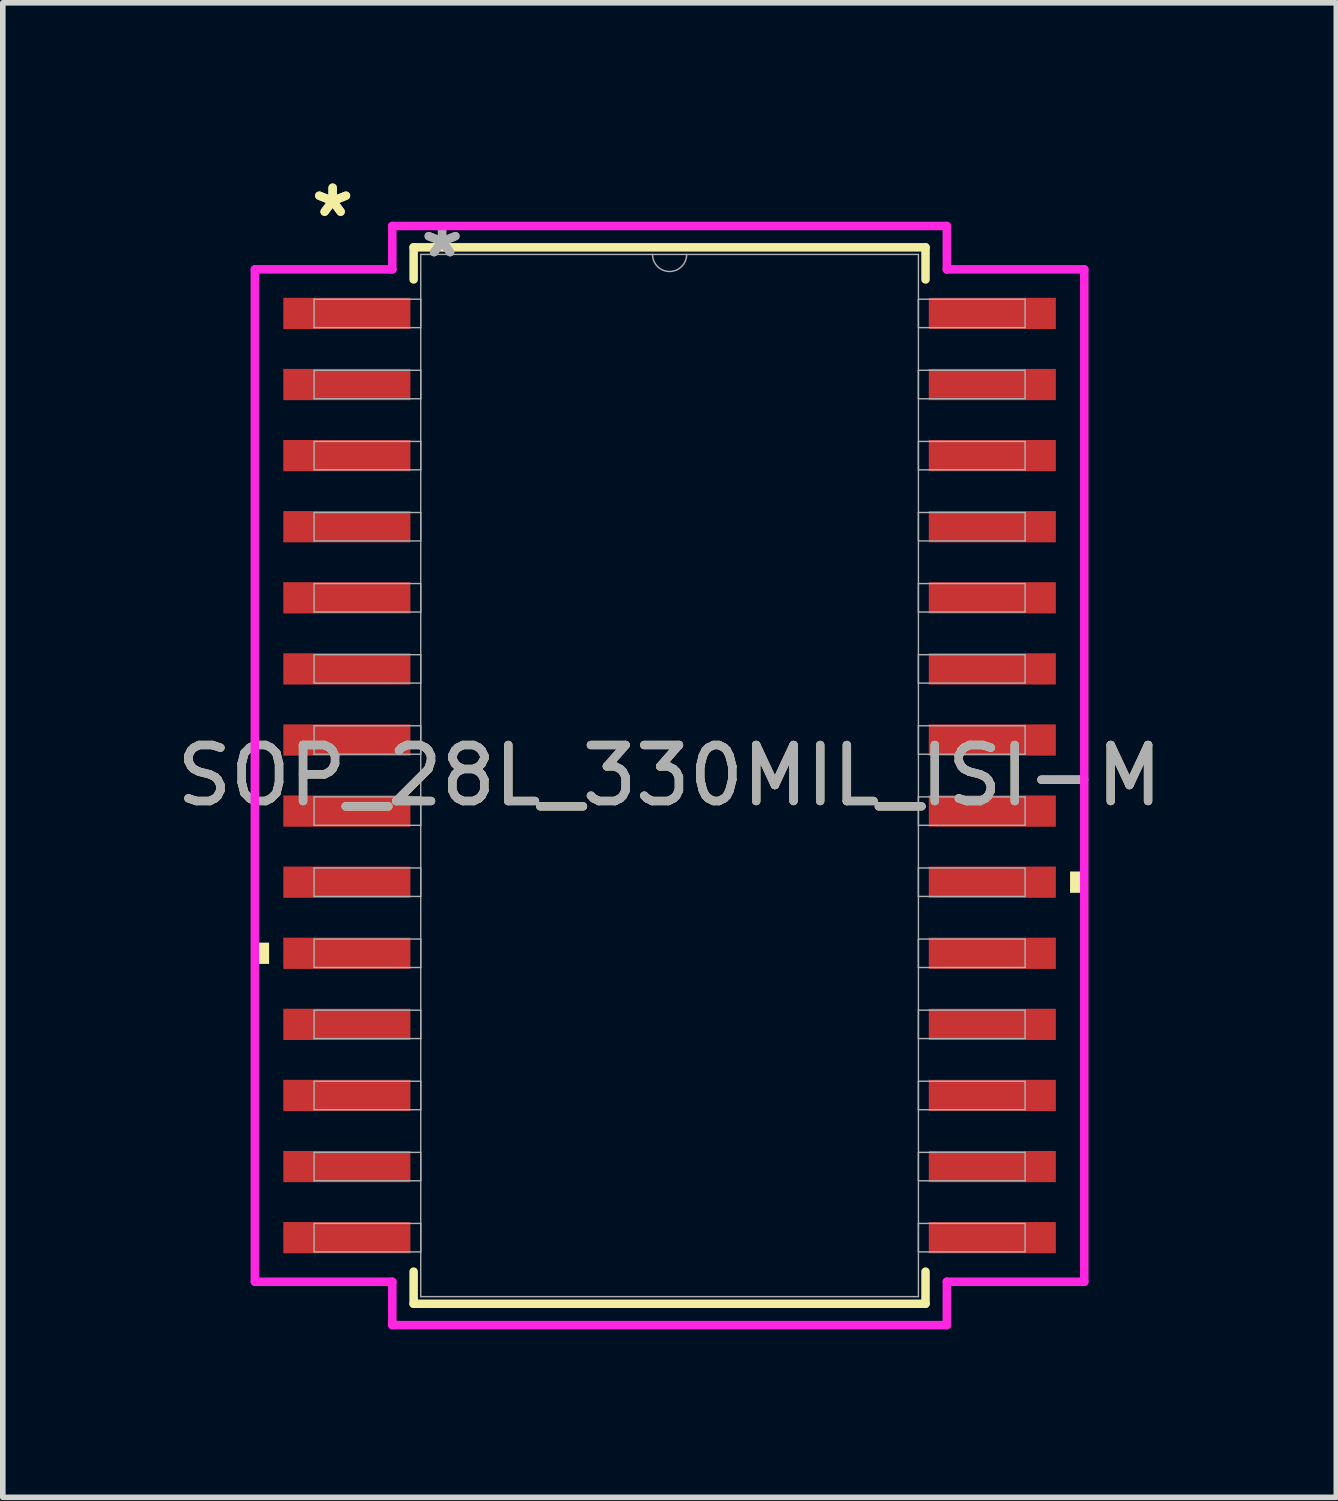
<source format=kicad_pcb>
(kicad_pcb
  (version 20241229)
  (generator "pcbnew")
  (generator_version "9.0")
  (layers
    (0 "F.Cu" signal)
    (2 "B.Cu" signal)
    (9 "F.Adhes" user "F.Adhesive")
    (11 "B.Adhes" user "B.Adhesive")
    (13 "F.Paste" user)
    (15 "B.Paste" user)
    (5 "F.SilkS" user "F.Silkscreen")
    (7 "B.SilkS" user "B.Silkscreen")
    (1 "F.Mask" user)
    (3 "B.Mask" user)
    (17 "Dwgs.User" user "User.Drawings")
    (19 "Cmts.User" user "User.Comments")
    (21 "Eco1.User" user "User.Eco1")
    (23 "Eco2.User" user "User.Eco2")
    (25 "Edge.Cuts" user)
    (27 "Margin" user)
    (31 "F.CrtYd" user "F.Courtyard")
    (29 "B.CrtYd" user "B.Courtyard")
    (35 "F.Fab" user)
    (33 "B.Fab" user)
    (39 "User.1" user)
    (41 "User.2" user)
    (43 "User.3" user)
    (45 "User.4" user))
  (footprint "SOP_28L_330MIL_ISI-M"
    (layer "F.Cu")
    (at 8.911 10.804)
    (property "Reference" "SOP_28L_330MIL_ISI-M" (at 0 0 0) (unlocked yes) (layer "F.SilkS") (effects (font (size 1 1) (thickness 0.15))))
    (attr smd)
    (fp_line (start -4.572 -9.436) (end -4.572 -8.862) (stroke (width 0.152) (type solid)) (layer "F.SilkS"))
    (fp_line (start -4.572 8.862) (end -4.572 9.436) (stroke (width 0.152) (type solid)) (layer "F.SilkS"))
    (fp_line (start -4.572 9.436) (end 4.572 9.436) (stroke (width 0.152) (type solid)) (layer "F.SilkS"))
    (fp_line (start 4.572 -9.436) (end -4.572 -9.436) (stroke (width 0.152) (type solid)) (layer "F.SilkS"))
    (fp_line (start 4.572 -8.862) (end 4.572 -9.436) (stroke (width 0.152) (type solid)) (layer "F.SilkS"))
    (fp_line (start 4.572 9.436) (end 4.572 8.862) (stroke (width 0.152) (type solid)) (layer "F.SilkS"))
    (fp_poly (pts (xy -7.408 2.985) (xy -7.408 3.365) (xy -7.154 3.365) (xy -7.154 2.985)) (stroke (width 0) (type solid)) (fill yes) (layer "F.SilkS"))
    (fp_poly (pts (xy 7.408 1.714) (xy 7.408 2.095) (xy 7.154 2.095) (xy 7.154 1.714)) (stroke (width 0) (type solid)) (fill yes) (layer "F.SilkS"))
    (fp_line (start -7.408 -9.042) (end -4.953 -9.042) (stroke (width 0.152) (type solid)) (layer "F.CrtYd"))
    (fp_line (start -7.408 9.042) (end -7.408 -9.042) (stroke (width 0.152) (type solid)) (layer "F.CrtYd"))
    (fp_line (start -7.408 9.042) (end -4.953 9.042) (stroke (width 0.152) (type solid)) (layer "F.CrtYd"))
    (fp_line (start -4.953 -9.817) (end 4.953 -9.817) (stroke (width 0.152) (type solid)) (layer "F.CrtYd"))
    (fp_line (start -4.953 -9.042) (end -4.953 -9.817) (stroke (width 0.152) (type solid)) (layer "F.CrtYd"))
    (fp_line (start -4.953 9.817) (end -4.953 9.042) (stroke (width 0.152) (type solid)) (layer "F.CrtYd"))
    (fp_line (start 4.953 -9.817) (end 4.953 -9.042) (stroke (width 0.152) (type solid)) (layer "F.CrtYd"))
    (fp_line (start 4.953 9.042) (end 4.953 9.817) (stroke (width 0.152) (type solid)) (layer "F.CrtYd"))
    (fp_line (start 4.953 9.817) (end -4.953 9.817) (stroke (width 0.152) (type solid)) (layer "F.CrtYd"))
    (fp_line (start 7.408 -9.042) (end 4.953 -9.042) (stroke (width 0.152) (type solid)) (layer "F.CrtYd"))
    (fp_line (start 7.408 -9.042) (end 7.408 9.042) (stroke (width 0.152) (type solid)) (layer "F.CrtYd"))
    (fp_line (start 7.408 9.042) (end 4.953 9.042) (stroke (width 0.152) (type solid)) (layer "F.CrtYd"))
    (fp_line (start -6.35 -8.509) (end -6.35 -8.001) (stroke (width 0.025) (type solid)) (layer "F.Fab"))
    (fp_line (start -6.35 -8.001) (end -4.445 -8.001) (stroke (width 0.025) (type solid)) (layer "F.Fab"))
    (fp_line (start -6.35 -7.239) (end -6.35 -6.731) (stroke (width 0.025) (type solid)) (layer "F.Fab"))
    (fp_line (start -6.35 -6.731) (end -4.445 -6.731) (stroke (width 0.025) (type solid)) (layer "F.Fab"))
    (fp_line (start -6.35 -5.969) (end -6.35 -5.461) (stroke (width 0.025) (type solid)) (layer "F.Fab"))
    (fp_line (start -6.35 -5.461) (end -4.445 -5.461) (stroke (width 0.025) (type solid)) (layer "F.Fab"))
    (fp_line (start -6.35 -4.699) (end -6.35 -4.191) (stroke (width 0.025) (type solid)) (layer "F.Fab"))
    (fp_line (start -6.35 -4.191) (end -4.445 -4.191) (stroke (width 0.025) (type solid)) (layer "F.Fab"))
    (fp_line (start -6.35 -3.429) (end -6.35 -2.921) (stroke (width 0.025) (type solid)) (layer "F.Fab"))
    (fp_line (start -6.35 -2.921) (end -4.445 -2.921) (stroke (width 0.025) (type solid)) (layer "F.Fab"))
    (fp_line (start -6.35 -2.159) (end -6.35 -1.651) (stroke (width 0.025) (type solid)) (layer "F.Fab"))
    (fp_line (start -6.35 -1.651) (end -4.445 -1.651) (stroke (width 0.025) (type solid)) (layer "F.Fab"))
    (fp_line (start -6.35 -0.889) (end -6.35 -0.381) (stroke (width 0.025) (type solid)) (layer "F.Fab"))
    (fp_line (start -6.35 -0.381) (end -4.445 -0.381) (stroke (width 0.025) (type solid)) (layer "F.Fab"))
    (fp_line (start -6.35 0.381) (end -6.35 0.889) (stroke (width 0.025) (type solid)) (layer "F.Fab"))
    (fp_line (start -6.35 0.889) (end -4.445 0.889) (stroke (width 0.025) (type solid)) (layer "F.Fab"))
    (fp_line (start -6.35 1.651) (end -6.35 2.159) (stroke (width 0.025) (type solid)) (layer "F.Fab"))
    (fp_line (start -6.35 2.159) (end -4.445 2.159) (stroke (width 0.025) (type solid)) (layer "F.Fab"))
    (fp_line (start -6.35 2.921) (end -6.35 3.429) (stroke (width 0.025) (type solid)) (layer "F.Fab"))
    (fp_line (start -6.35 3.429) (end -4.445 3.429) (stroke (width 0.025) (type solid)) (layer "F.Fab"))
    (fp_line (start -6.35 4.191) (end -6.35 4.699) (stroke (width 0.025) (type solid)) (layer "F.Fab"))
    (fp_line (start -6.35 4.699) (end -4.445 4.699) (stroke (width 0.025) (type solid)) (layer "F.Fab"))
    (fp_line (start -6.35 5.461) (end -6.35 5.969) (stroke (width 0.025) (type solid)) (layer "F.Fab"))
    (fp_line (start -6.35 5.969) (end -4.445 5.969) (stroke (width 0.025) (type solid)) (layer "F.Fab"))
    (fp_line (start -6.35 6.731) (end -6.35 7.239) (stroke (width 0.025) (type solid)) (layer "F.Fab"))
    (fp_line (start -6.35 7.239) (end -4.445 7.239) (stroke (width 0.025) (type solid)) (layer "F.Fab"))
    (fp_line (start -6.35 8.001) (end -6.35 8.509) (stroke (width 0.025) (type solid)) (layer "F.Fab"))
    (fp_line (start -6.35 8.509) (end -4.445 8.509) (stroke (width 0.025) (type solid)) (layer "F.Fab"))
    (fp_line (start -4.445 -9.309) (end -4.445 9.309) (stroke (width 0.025) (type solid)) (layer "F.Fab"))
    (fp_line (start -4.445 -8.509) (end -6.35 -8.509) (stroke (width 0.025) (type solid)) (layer "F.Fab"))
    (fp_line (start -4.445 -8.001) (end -4.445 -8.509) (stroke (width 0.025) (type solid)) (layer "F.Fab"))
    (fp_line (start -4.445 -7.239) (end -6.35 -7.239) (stroke (width 0.025) (type solid)) (layer "F.Fab"))
    (fp_line (start -4.445 -6.731) (end -4.445 -7.239) (stroke (width 0.025) (type solid)) (layer "F.Fab"))
    (fp_line (start -4.445 -5.969) (end -6.35 -5.969) (stroke (width 0.025) (type solid)) (layer "F.Fab"))
    (fp_line (start -4.445 -5.461) (end -4.445 -5.969) (stroke (width 0.025) (type solid)) (layer "F.Fab"))
    (fp_line (start -4.445 -4.699) (end -6.35 -4.699) (stroke (width 0.025) (type solid)) (layer "F.Fab"))
    (fp_line (start -4.445 -4.191) (end -4.445 -4.699) (stroke (width 0.025) (type solid)) (layer "F.Fab"))
    (fp_line (start -4.445 -3.429) (end -6.35 -3.429) (stroke (width 0.025) (type solid)) (layer "F.Fab"))
    (fp_line (start -4.445 -2.921) (end -4.445 -3.429) (stroke (width 0.025) (type solid)) (layer "F.Fab"))
    (fp_line (start -4.445 -2.159) (end -6.35 -2.159) (stroke (width 0.025) (type solid)) (layer "F.Fab"))
    (fp_line (start -4.445 -1.651) (end -4.445 -2.159) (stroke (width 0.025) (type solid)) (layer "F.Fab"))
    (fp_line (start -4.445 -0.889) (end -6.35 -0.889) (stroke (width 0.025) (type solid)) (layer "F.Fab"))
    (fp_line (start -4.445 -0.381) (end -4.445 -0.889) (stroke (width 0.025) (type solid)) (layer "F.Fab"))
    (fp_line (start -4.445 0.381) (end -6.35 0.381) (stroke (width 0.025) (type solid)) (layer "F.Fab"))
    (fp_line (start -4.445 0.889) (end -4.445 0.381) (stroke (width 0.025) (type solid)) (layer "F.Fab"))
    (fp_line (start -4.445 1.651) (end -6.35 1.651) (stroke (width 0.025) (type solid)) (layer "F.Fab"))
    (fp_line (start -4.445 2.159) (end -4.445 1.651) (stroke (width 0.025) (type solid)) (layer "F.Fab"))
    (fp_line (start -4.445 2.921) (end -6.35 2.921) (stroke (width 0.025) (type solid)) (layer "F.Fab"))
    (fp_line (start -4.445 3.429) (end -4.445 2.921) (stroke (width 0.025) (type solid)) (layer "F.Fab"))
    (fp_line (start -4.445 4.191) (end -6.35 4.191) (stroke (width 0.025) (type solid)) (layer "F.Fab"))
    (fp_line (start -4.445 4.699) (end -4.445 4.191) (stroke (width 0.025) (type solid)) (layer "F.Fab"))
    (fp_line (start -4.445 5.461) (end -6.35 5.461) (stroke (width 0.025) (type solid)) (layer "F.Fab"))
    (fp_line (start -4.445 5.969) (end -4.445 5.461) (stroke (width 0.025) (type solid)) (layer "F.Fab"))
    (fp_line (start -4.445 6.731) (end -6.35 6.731) (stroke (width 0.025) (type solid)) (layer "F.Fab"))
    (fp_line (start -4.445 7.239) (end -4.445 6.731) (stroke (width 0.025) (type solid)) (layer "F.Fab"))
    (fp_line (start -4.445 8.001) (end -6.35 8.001) (stroke (width 0.025) (type solid)) (layer "F.Fab"))
    (fp_line (start -4.445 8.509) (end -4.445 8.001) (stroke (width 0.025) (type solid)) (layer "F.Fab"))
    (fp_line (start -4.445 9.309) (end 4.445 9.309) (stroke (width 0.025) (type solid)) (layer "F.Fab"))
    (fp_line (start 4.445 -9.309) (end -4.445 -9.309) (stroke (width 0.025) (type solid)) (layer "F.Fab"))
    (fp_line (start 4.445 -8.509) (end 4.445 -8.001) (stroke (width 0.025) (type solid)) (layer "F.Fab"))
    (fp_line (start 4.445 -8.001) (end 6.35 -8.001) (stroke (width 0.025) (type solid)) (layer "F.Fab"))
    (fp_line (start 4.445 -7.239) (end 4.445 -6.731) (stroke (width 0.025) (type solid)) (layer "F.Fab"))
    (fp_line (start 4.445 -6.731) (end 6.35 -6.731) (stroke (width 0.025) (type solid)) (layer "F.Fab"))
    (fp_line (start 4.445 -5.969) (end 4.445 -5.461) (stroke (width 0.025) (type solid)) (layer "F.Fab"))
    (fp_line (start 4.445 -5.461) (end 6.35 -5.461) (stroke (width 0.025) (type solid)) (layer "F.Fab"))
    (fp_line (start 4.445 -4.699) (end 4.445 -4.191) (stroke (width 0.025) (type solid)) (layer "F.Fab"))
    (fp_line (start 4.445 -4.191) (end 6.35 -4.191) (stroke (width 0.025) (type solid)) (layer "F.Fab"))
    (fp_line (start 4.445 -3.429) (end 4.445 -2.921) (stroke (width 0.025) (type solid)) (layer "F.Fab"))
    (fp_line (start 4.445 -2.921) (end 6.35 -2.921) (stroke (width 0.025) (type solid)) (layer "F.Fab"))
    (fp_line (start 4.445 -2.159) (end 4.445 -1.651) (stroke (width 0.025) (type solid)) (layer "F.Fab"))
    (fp_line (start 4.445 -1.651) (end 6.35 -1.651) (stroke (width 0.025) (type solid)) (layer "F.Fab"))
    (fp_line (start 4.445 -0.889) (end 4.445 -0.381) (stroke (width 0.025) (type solid)) (layer "F.Fab"))
    (fp_line (start 4.445 -0.381) (end 6.35 -0.381) (stroke (width 0.025) (type solid)) (layer "F.Fab"))
    (fp_line (start 4.445 0.381) (end 4.445 0.889) (stroke (width 0.025) (type solid)) (layer "F.Fab"))
    (fp_line (start 4.445 0.889) (end 6.35 0.889) (stroke (width 0.025) (type solid)) (layer "F.Fab"))
    (fp_line (start 4.445 1.651) (end 4.445 2.159) (stroke (width 0.025) (type solid)) (layer "F.Fab"))
    (fp_line (start 4.445 2.159) (end 6.35 2.159) (stroke (width 0.025) (type solid)) (layer "F.Fab"))
    (fp_line (start 4.445 2.921) (end 4.445 3.429) (stroke (width 0.025) (type solid)) (layer "F.Fab"))
    (fp_line (start 4.445 3.429) (end 6.35 3.429) (stroke (width 0.025) (type solid)) (layer "F.Fab"))
    (fp_line (start 4.445 4.191) (end 4.445 4.699) (stroke (width 0.025) (type solid)) (layer "F.Fab"))
    (fp_line (start 4.445 4.699) (end 6.35 4.699) (stroke (width 0.025) (type solid)) (layer "F.Fab"))
    (fp_line (start 4.445 5.461) (end 4.445 5.969) (stroke (width 0.025) (type solid)) (layer "F.Fab"))
    (fp_line (start 4.445 5.969) (end 6.35 5.969) (stroke (width 0.025) (type solid)) (layer "F.Fab"))
    (fp_line (start 4.445 6.731) (end 4.445 7.239) (stroke (width 0.025) (type solid)) (layer "F.Fab"))
    (fp_line (start 4.445 7.239) (end 6.35 7.239) (stroke (width 0.025) (type solid)) (layer "F.Fab"))
    (fp_line (start 4.445 8.001) (end 4.445 8.509) (stroke (width 0.025) (type solid)) (layer "F.Fab"))
    (fp_line (start 4.445 8.509) (end 6.35 8.509) (stroke (width 0.025) (type solid)) (layer "F.Fab"))
    (fp_line (start 4.445 9.309) (end 4.445 -9.309) (stroke (width 0.025) (type solid)) (layer "F.Fab"))
    (fp_line (start 6.35 -8.509) (end 4.445 -8.509) (stroke (width 0.025) (type solid)) (layer "F.Fab"))
    (fp_line (start 6.35 -8.001) (end 6.35 -8.509) (stroke (width 0.025) (type solid)) (layer "F.Fab"))
    (fp_line (start 6.35 -7.239) (end 4.445 -7.239) (stroke (width 0.025) (type solid)) (layer "F.Fab"))
    (fp_line (start 6.35 -6.731) (end 6.35 -7.239) (stroke (width 0.025) (type solid)) (layer "F.Fab"))
    (fp_line (start 6.35 -5.969) (end 4.445 -5.969) (stroke (width 0.025) (type solid)) (layer "F.Fab"))
    (fp_line (start 6.35 -5.461) (end 6.35 -5.969) (stroke (width 0.025) (type solid)) (layer "F.Fab"))
    (fp_line (start 6.35 -4.699) (end 4.445 -4.699) (stroke (width 0.025) (type solid)) (layer "F.Fab"))
    (fp_line (start 6.35 -4.191) (end 6.35 -4.699) (stroke (width 0.025) (type solid)) (layer "F.Fab"))
    (fp_line (start 6.35 -3.429) (end 4.445 -3.429) (stroke (width 0.025) (type solid)) (layer "F.Fab"))
    (fp_line (start 6.35 -2.921) (end 6.35 -3.429) (stroke (width 0.025) (type solid)) (layer "F.Fab"))
    (fp_line (start 6.35 -2.159) (end 4.445 -2.159) (stroke (width 0.025) (type solid)) (layer "F.Fab"))
    (fp_line (start 6.35 -1.651) (end 6.35 -2.159) (stroke (width 0.025) (type solid)) (layer "F.Fab"))
    (fp_line (start 6.35 -0.889) (end 4.445 -0.889) (stroke (width 0.025) (type solid)) (layer "F.Fab"))
    (fp_line (start 6.35 -0.381) (end 6.35 -0.889) (stroke (width 0.025) (type solid)) (layer "F.Fab"))
    (fp_line (start 6.35 0.381) (end 4.445 0.381) (stroke (width 0.025) (type solid)) (layer "F.Fab"))
    (fp_line (start 6.35 0.889) (end 6.35 0.381) (stroke (width 0.025) (type solid)) (layer "F.Fab"))
    (fp_line (start 6.35 1.651) (end 4.445 1.651) (stroke (width 0.025) (type solid)) (layer "F.Fab"))
    (fp_line (start 6.35 2.159) (end 6.35 1.651) (stroke (width 0.025) (type solid)) (layer "F.Fab"))
    (fp_line (start 6.35 2.921) (end 4.445 2.921) (stroke (width 0.025) (type solid)) (layer "F.Fab"))
    (fp_line (start 6.35 3.429) (end 6.35 2.921) (stroke (width 0.025) (type solid)) (layer "F.Fab"))
    (fp_line (start 6.35 4.191) (end 4.445 4.191) (stroke (width 0.025) (type solid)) (layer "F.Fab"))
    (fp_line (start 6.35 4.699) (end 6.35 4.191) (stroke (width 0.025) (type solid)) (layer "F.Fab"))
    (fp_line (start 6.35 5.461) (end 4.445 5.461) (stroke (width 0.025) (type solid)) (layer "F.Fab"))
    (fp_line (start 6.35 5.969) (end 6.35 5.461) (stroke (width 0.025) (type solid)) (layer "F.Fab"))
    (fp_line (start 6.35 6.731) (end 4.445 6.731) (stroke (width 0.025) (type solid)) (layer "F.Fab"))
    (fp_line (start 6.35 7.239) (end 6.35 6.731) (stroke (width 0.025) (type solid)) (layer "F.Fab"))
    (fp_line (start 6.35 8.001) (end 4.445 8.001) (stroke (width 0.025) (type solid)) (layer "F.Fab"))
    (fp_line (start 6.35 8.509) (end 6.35 8.001) (stroke (width 0.025) (type solid)) (layer "F.Fab"))
    (fp_arc (start 0.3048 -9.3091) (mid 0 -9.0043) (end -0.3048 -9.3091) (stroke (width 0.0254) (type solid)) (layer "F.Fab"))
    (fp_text user "*" (at -6.019 -9.956 0) (layer "F.SilkS") (effects (font (size 1 1) (thickness 0.15))))
    (fp_text user "*" (at -6.019 -9.956 0) (unlocked yes) (layer "F.SilkS") (effects (font (size 1 1) (thickness 0.15))))
    (fp_text user "${REFERENCE}" (at 0 0 0) (unlocked yes) (layer "F.Fab") (effects (font (size 1 1) (thickness 0.15))))
    (fp_text user "*" (at -4.064 -9.233 0) (layer "F.Fab") (effects (font (size 1 1) (thickness 0.15))))
    (fp_text user "*" (at -4.064 -9.233 0) (unlocked yes) (layer "F.Fab") (effects (font (size 1 1) (thickness 0.15))))
    (pad "1" smd rect (at -5.765 -8.255) (size 2.27 0.558) (layers "F.Cu" "F.Mask" "F.Paste"))
    (pad "2" smd rect (at -5.765 -6.985) (size 2.27 0.558) (layers "F.Cu" "F.Mask" "F.Paste"))
    (pad "3" smd rect (at -5.765 -5.715) (size 2.27 0.558) (layers "F.Cu" "F.Mask" "F.Paste"))
    (pad "4" smd rect (at -5.765 -4.445) (size 2.27 0.558) (layers "F.Cu" "F.Mask" "F.Paste"))
    (pad "5" smd rect (at -5.765 -3.175) (size 2.27 0.558) (layers "F.Cu" "F.Mask" "F.Paste"))
    (pad "6" smd rect (at -5.765 -1.905) (size 2.27 0.558) (layers "F.Cu" "F.Mask" "F.Paste"))
    (pad "7" smd rect (at -5.765 -0.635) (size 2.27 0.558) (layers "F.Cu" "F.Mask" "F.Paste"))
    (pad "8" smd rect (at -5.765 0.635) (size 2.27 0.558) (layers "F.Cu" "F.Mask" "F.Paste"))
    (pad "9" smd rect (at -5.765 1.905) (size 2.27 0.558) (layers "F.Cu" "F.Mask" "F.Paste"))
    (pad "10" smd rect (at -5.765 3.175) (size 2.27 0.558) (layers "F.Cu" "F.Mask" "F.Paste"))
    (pad "11" smd rect (at -5.765 4.445) (size 2.27 0.558) (layers "F.Cu" "F.Mask" "F.Paste"))
    (pad "12" smd rect (at -5.765 5.715) (size 2.27 0.558) (layers "F.Cu" "F.Mask" "F.Paste"))
    (pad "13" smd rect (at -5.765 6.985) (size 2.27 0.558) (layers "F.Cu" "F.Mask" "F.Paste"))
    (pad "14" smd rect (at -5.765 8.255) (size 2.27 0.558) (layers "F.Cu" "F.Mask" "F.Paste"))
    (pad "15" smd rect (at 5.765 8.255) (size 2.27 0.558) (layers "F.Cu" "F.Mask" "F.Paste"))
    (pad "16" smd rect (at 5.765 6.985) (size 2.27 0.558) (layers "F.Cu" "F.Mask" "F.Paste"))
    (pad "17" smd rect (at 5.765 5.715) (size 2.27 0.558) (layers "F.Cu" "F.Mask" "F.Paste"))
    (pad "18" smd rect (at 5.765 4.445) (size 2.27 0.558) (layers "F.Cu" "F.Mask" "F.Paste"))
    (pad "19" smd rect (at 5.765 3.175) (size 2.27 0.558) (layers "F.Cu" "F.Mask" "F.Paste"))
    (pad "20" smd rect (at 5.765 1.905) (size 2.27 0.558) (layers "F.Cu" "F.Mask" "F.Paste"))
    (pad "21" smd rect (at 5.765 0.635) (size 2.27 0.558) (layers "F.Cu" "F.Mask" "F.Paste"))
    (pad "22" smd rect (at 5.765 -0.635) (size 2.27 0.558) (layers "F.Cu" "F.Mask" "F.Paste"))
    (pad "23" smd rect (at 5.765 -1.905) (size 2.27 0.558) (layers "F.Cu" "F.Mask" "F.Paste"))
    (pad "24" smd rect (at 5.765 -3.175) (size 2.27 0.558) (layers "F.Cu" "F.Mask" "F.Paste"))
    (pad "25" smd rect (at 5.765 -4.445) (size 2.27 0.558) (layers "F.Cu" "F.Mask" "F.Paste"))
    (pad "26" smd rect (at 5.765 -5.715) (size 2.27 0.558) (layers "F.Cu" "F.Mask" "F.Paste"))
    (pad "27" smd rect (at 5.765 -6.985) (size 2.27 0.558) (layers "F.Cu" "F.Mask" "F.Paste"))
    (pad "28" smd rect (at 5.765 -8.255) (size 2.27 0.558) (layers "F.Cu" "F.Mask" "F.Paste")))
  (gr_rect
    (start -3 -3)
    (end 20.821 23.698)
    (stroke (width 0.1) (type default))
    (fill no)
    (layer "Edge.Cuts")))
</source>
